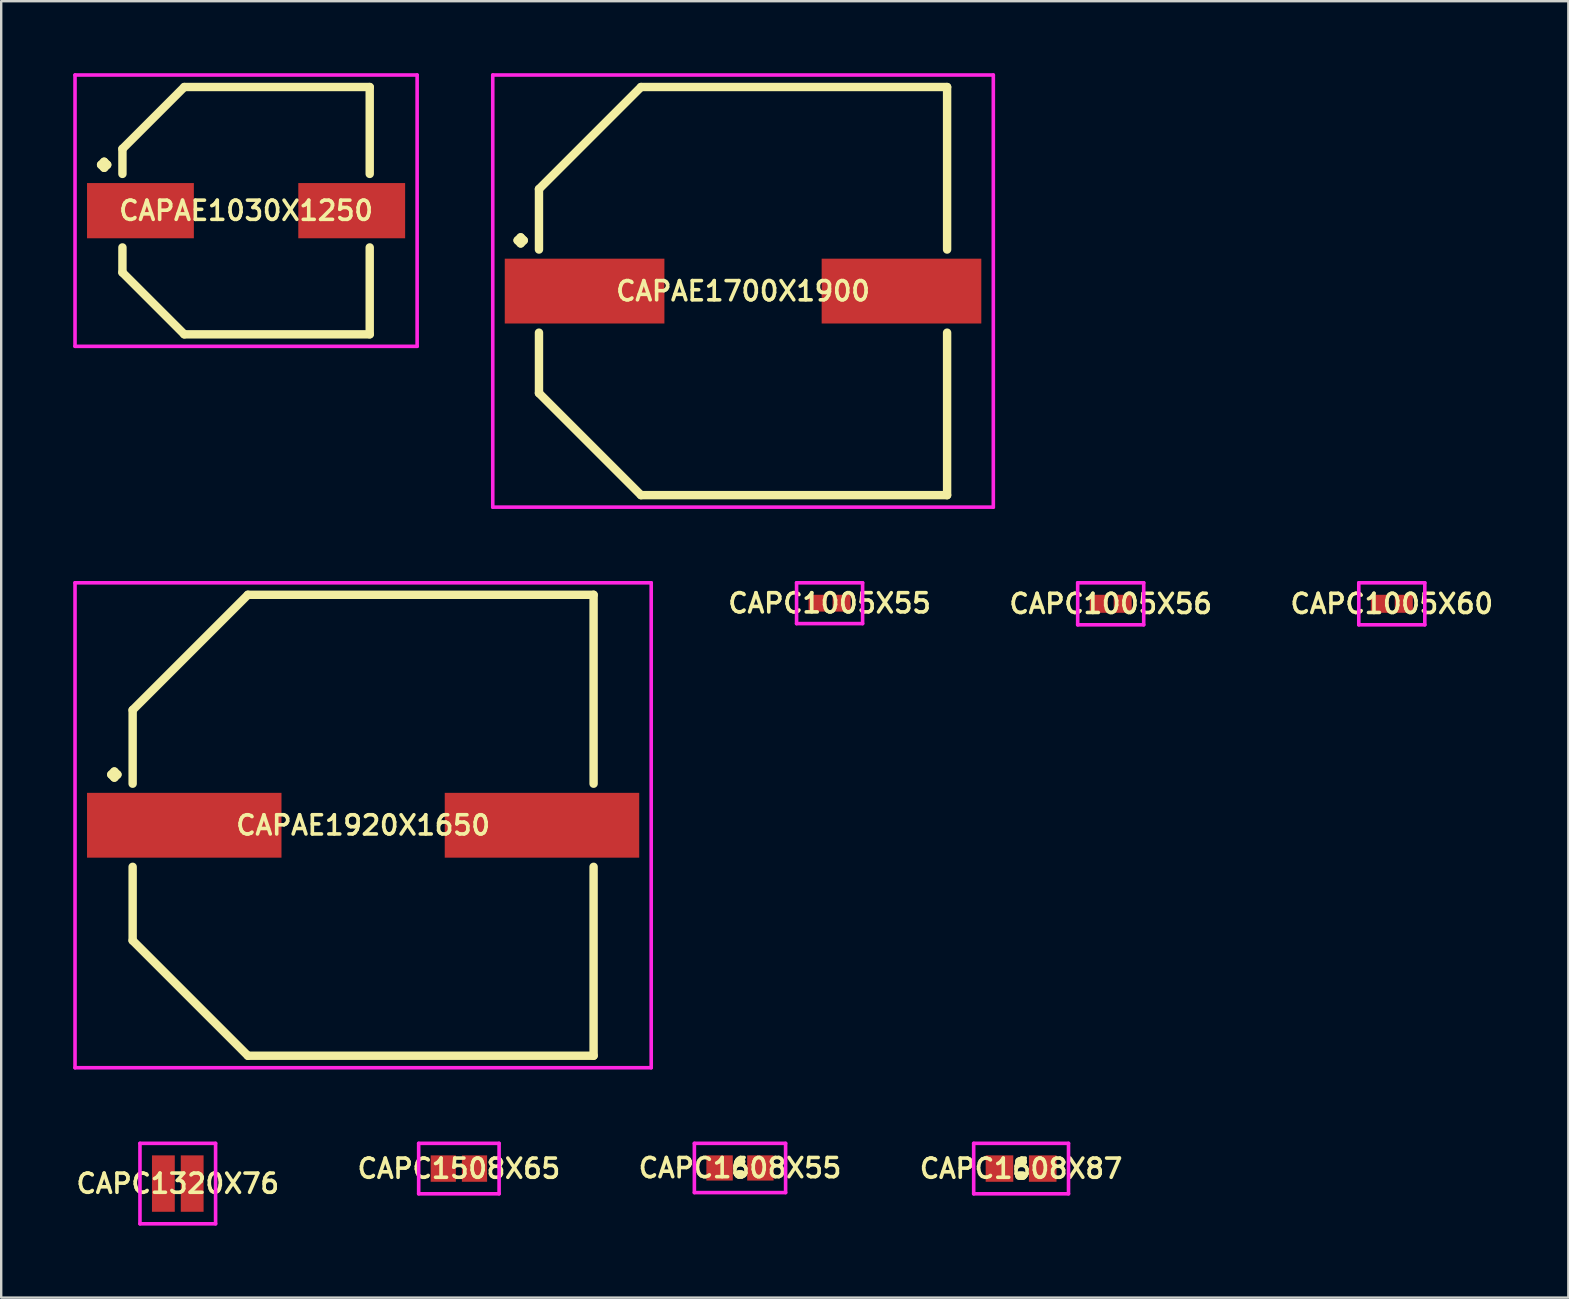
<source format=kicad_pcb>
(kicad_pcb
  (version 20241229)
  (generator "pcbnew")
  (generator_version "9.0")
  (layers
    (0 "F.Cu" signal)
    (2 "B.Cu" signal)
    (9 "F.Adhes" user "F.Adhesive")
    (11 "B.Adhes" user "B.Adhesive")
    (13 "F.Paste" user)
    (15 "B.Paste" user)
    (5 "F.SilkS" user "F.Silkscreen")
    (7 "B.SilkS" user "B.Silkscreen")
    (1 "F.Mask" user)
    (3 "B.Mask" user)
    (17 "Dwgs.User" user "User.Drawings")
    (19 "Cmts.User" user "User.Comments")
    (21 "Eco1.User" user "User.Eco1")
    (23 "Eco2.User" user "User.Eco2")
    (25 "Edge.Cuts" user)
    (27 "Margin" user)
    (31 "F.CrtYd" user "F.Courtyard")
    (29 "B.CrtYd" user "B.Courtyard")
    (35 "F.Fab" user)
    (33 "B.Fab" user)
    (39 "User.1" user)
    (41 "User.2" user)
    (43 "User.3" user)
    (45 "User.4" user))
  (footprint "CAPC1608X55"
    (layer "F.Cu")
    (at 27.773 45.6)
    (property "Reference" "CAPC1608X55" (at 0 0 0) (layer "F.SilkS") (effects (font (size 0.8 0.8) (thickness 0.15))))
    (attr smd)
    (fp_line (start -0.046 -0.271) (end 0.046 -0.271) (stroke (width 0.35) (type solid)) (layer "F.SilkS"))
    (fp_line (start -0.046 0.271) (end 0.046 0.271) (stroke (width 0.35) (type solid)) (layer "F.SilkS"))
    (fp_line (start 0.046 -0.271) (end -0.046 -0.271) (stroke (width 0.35) (type solid)) (layer "F.SilkS"))
    (fp_line (start 0.046 0.271) (end -0.046 0.271) (stroke (width 0.35) (type solid)) (layer "F.SilkS"))
    (fp_line (start -1.9 -1.025) (end 1.9 -1.025) (stroke (width 0.15) (type solid)) (layer "F.CrtYd"))
    (fp_line (start -1.9 1.025) (end -1.9 -1.025) (stroke (width 0.15) (type solid)) (layer "F.CrtYd"))
    (fp_line (start 1.9 -1.025) (end 1.9 1.025) (stroke (width 0.15) (type solid)) (layer "F.CrtYd"))
    (fp_line (start 1.9 1.025) (end -1.9 1.025) (stroke (width 0.15) (type solid)) (layer "F.CrtYd"))
    (pad "1" smd rect (at -0.85 0) (size 1.1 1.05) (layers "F.Cu" "F.Mask" "F.Paste"))
    (pad "2" smd rect (at 0.85 0) (size 1.1 1.05) (layers "F.Cu" "F.Mask" "F.Paste")))
  (footprint "CAPC1608X87"
    (layer "F.Cu")
    (at 39.482 45.625)
    (property "Reference" "CAPC1608X87" (at 0 0 0) (layer "F.SilkS") (effects (font (size 0.8 0.8) (thickness 0.15))))
    (attr through_hole)
    (fp_line (start -0.071 -0.296) (end 0.071 -0.296) (stroke (width 0.35) (type solid)) (layer "F.SilkS"))
    (fp_line (start -0.071 0.296) (end 0.071 0.296) (stroke (width 0.35) (type solid)) (layer "F.SilkS"))
    (fp_line (start 0.071 -0.296) (end -0.071 -0.296) (stroke (width 0.35) (type solid)) (layer "F.SilkS"))
    (fp_line (start 0.071 0.296) (end -0.071 0.296) (stroke (width 0.35) (type solid)) (layer "F.SilkS"))
    (fp_line (start -1.975 -1.05) (end 1.975 -1.05) (stroke (width 0.15) (type solid)) (layer "F.CrtYd"))
    (fp_line (start -1.975 1.05) (end -1.975 -1.05) (stroke (width 0.15) (type solid)) (layer "F.CrtYd"))
    (fp_line (start 1.975 -1.05) (end 1.975 1.05) (stroke (width 0.15) (type solid)) (layer "F.CrtYd"))
    (fp_line (start 1.975 1.05) (end -1.975 1.05) (stroke (width 0.15) (type solid)) (layer "F.CrtYd"))
    (pad "1" smd rect (at -0.9 0) (size 1.15 1.1) (layers "F.Cu" "F.Mask" "F.Paste"))
    (pad "2" smd rect (at 0.9 0) (size 1.15 1.1) (layers "F.Cu" "F.Mask" "F.Paste")))
  (footprint "CAPC1320X76"
    (layer "F.Cu")
    (at 4.355 46.25)
    (property "Reference" "CAPC1320X76" (at 0 0 0) (layer "F.SilkS") (effects (font (size 0.8 0.8) (thickness 0.15))))
    (attr smd)
    (fp_line (start -1.575 -1.675) (end 1.575 -1.675) (stroke (width 0.15) (type solid)) (layer "F.CrtYd"))
    (fp_line (start -1.575 1.675) (end -1.575 -1.675) (stroke (width 0.15) (type solid)) (layer "F.CrtYd"))
    (fp_line (start 1.575 -1.675) (end 1.575 1.675) (stroke (width 0.15) (type solid)) (layer "F.CrtYd"))
    (fp_line (start 1.575 1.675) (end -1.575 1.675) (stroke (width 0.15) (type solid)) (layer "F.CrtYd"))
    (pad "1" smd rect (at -0.6 0) (size 0.95 2.35) (layers "F.Cu" "F.Mask" "F.Paste"))
    (pad "2" smd rect (at 0.6 0) (size 0.95 2.35) (layers "F.Cu" "F.Mask" "F.Paste")))
  (footprint "CAPC1005X56"
    (layer "F.Cu")
    (at 43.214 22.1)
    (property "Reference" "CAPC1005X56" (at 0 0 0) (layer "F.SilkS") (effects (font (size 0.8 0.8) (thickness 0.15))))
    (attr smd)
    (fp_line (start -1.375 -0.875) (end 1.375 -0.875) (stroke (width 0.15) (type solid)) (layer "F.CrtYd"))
    (fp_line (start -1.375 0.875) (end -1.375 -0.875) (stroke (width 0.15) (type solid)) (layer "F.CrtYd"))
    (fp_line (start 1.375 -0.875) (end 1.375 0.875) (stroke (width 0.15) (type solid)) (layer "F.CrtYd"))
    (fp_line (start 1.375 0.875) (end -1.375 0.875) (stroke (width 0.15) (type solid)) (layer "F.CrtYd"))
    (pad "1" smd rect (at -0.5 0) (size 0.75 0.75) (layers "F.Cu" "F.Mask" "F.Paste"))
    (pad "2" smd rect (at 0.5 0) (size 0.75 0.75) (layers "F.Cu" "F.Mask" "F.Paste")))
  (footprint "CAPC1005X55"
    (layer "F.Cu")
    (at 31.505 22.075)
    (property "Reference" "CAPC1005X55" (at 0 0 0) (layer "F.SilkS") (effects (font (size 0.8 0.8) (thickness 0.15))))
    (attr through_hole)
    (fp_line (start -1.375 -0.85) (end 1.375 -0.85) (stroke (width 0.15) (type solid)) (layer "F.CrtYd"))
    (fp_line (start -1.375 0.85) (end -1.375 -0.85) (stroke (width 0.15) (type solid)) (layer "F.CrtYd"))
    (fp_line (start 1.375 -0.85) (end 1.375 0.85) (stroke (width 0.15) (type solid)) (layer "F.CrtYd"))
    (fp_line (start 1.375 0.85) (end -1.375 0.85) (stroke (width 0.15) (type solid)) (layer "F.CrtYd"))
    (pad "1" smd rect (at -0.5 0) (size 0.75 0.7) (layers "F.Cu" "F.Mask" "F.Paste"))
    (pad "2" smd rect (at 0.5 0) (size 0.75 0.7) (layers "F.Cu" "F.Mask" "F.Paste")))
  (footprint "CAPAE1700X1900"
    (layer "F.Cu")
    (at 27.9 9.075)
    (property "Reference" "CAPAE1700X1900" (at 0 0 0) (layer "F.SilkS") (effects (font (size 0.8 0.8) (thickness 0.15))))
    (attr smd)
    (fp_line (start -9.389 -2.112) (end -9.262 -2.239) (stroke (width 0.35) (type solid)) (layer "F.SilkS"))
    (fp_line (start -9.262 -2.239) (end -9.135 -2.112) (stroke (width 0.35) (type solid)) (layer "F.SilkS"))
    (fp_line (start -9.262 -1.985) (end -9.389 -2.112) (stroke (width 0.35) (type solid)) (layer "F.SilkS"))
    (fp_line (start -9.135 -2.112) (end -9.262 -1.985) (stroke (width 0.35) (type solid)) (layer "F.SilkS"))
    (fp_line (start -8.5 -4.25) (end -8.5 -1.731) (stroke (width 0.35) (type solid)) (layer "F.SilkS"))
    (fp_line (start -8.5 4.25) (end -8.5 1.731) (stroke (width 0.35) (type solid)) (layer "F.SilkS"))
    (fp_line (start -4.25 -8.5) (end -8.5 -4.25) (stroke (width 0.35) (type solid)) (layer "F.SilkS"))
    (fp_line (start -4.25 8.5) (end -8.5 4.25) (stroke (width 0.35) (type solid)) (layer "F.SilkS"))
    (fp_line (start 8.5 -8.5) (end -4.25 -8.5) (stroke (width 0.35) (type solid)) (layer "F.SilkS"))
    (fp_line (start 8.5 -1.731) (end 8.5 -8.5) (stroke (width 0.35) (type solid)) (layer "F.SilkS"))
    (fp_line (start 8.5 1.731) (end 8.5 8.5) (stroke (width 0.35) (type solid)) (layer "F.SilkS"))
    (fp_line (start 8.5 8.5) (end -4.25 8.5) (stroke (width 0.35) (type solid)) (layer "F.SilkS"))
    (fp_line (start -10.425 -9) (end 10.425 -9) (stroke (width 0.15) (type solid)) (layer "F.CrtYd"))
    (fp_line (start -10.425 9) (end -10.425 -9) (stroke (width 0.15) (type solid)) (layer "F.CrtYd"))
    (fp_line (start 10.425 -9) (end 10.425 9) (stroke (width 0.15) (type solid)) (layer "F.CrtYd"))
    (fp_line (start 10.425 9) (end -10.425 9) (stroke (width 0.15) (type solid)) (layer "F.CrtYd"))
    (pad "1" smd rect (at -6.6 0) (size 6.65 2.7) (layers "F.Cu" "F.Mask" "F.Paste"))
    (pad "2" smd rect (at 6.6 0) (size 6.65 2.7) (layers "F.Cu" "F.Mask" "F.Paste")))
  (footprint "CAPC1508X65"
    (layer "F.Cu")
    (at 16.064 45.625)
    (property "Reference" "CAPC1508X65" (at 0 0 0) (layer "F.SilkS") (effects (font (size 0.8 0.8) (thickness 0.15))))
    (attr smd)
    (fp_line (start -1.675 -1.05) (end 1.675 -1.05) (stroke (width 0.15) (type solid)) (layer "F.CrtYd"))
    (fp_line (start -1.675 1.05) (end -1.675 -1.05) (stroke (width 0.15) (type solid)) (layer "F.CrtYd"))
    (fp_line (start 1.675 -1.05) (end 1.675 1.05) (stroke (width 0.15) (type solid)) (layer "F.CrtYd"))
    (fp_line (start 1.675 1.05) (end -1.675 1.05) (stroke (width 0.15) (type solid)) (layer "F.CrtYd"))
    (pad "1" smd rect (at -0.65 0) (size 1.05 1.1) (layers "F.Cu" "F.Mask" "F.Paste"))
    (pad "2" smd rect (at 0.65 0) (size 1.05 1.1) (layers "F.Cu" "F.Mask" "F.Paste")))
  (footprint "CAPAE1920X1650"
    (layer "F.Cu")
    (at 12.075 31.325)
    (property "Reference" "CAPAE1920X1650" (at 0 0 0) (layer "F.SilkS") (effects (font (size 0.8 0.8) (thickness 0.15))))
    (attr through_hole)
    (fp_line (start -10.489 -2.112) (end -10.362 -2.239) (stroke (width 0.35) (type solid)) (layer "F.SilkS"))
    (fp_line (start -10.362 -2.239) (end -10.235 -2.112) (stroke (width 0.35) (type solid)) (layer "F.SilkS"))
    (fp_line (start -10.362 -1.985) (end -10.489 -2.112) (stroke (width 0.35) (type solid)) (layer "F.SilkS"))
    (fp_line (start -10.235 -2.112) (end -10.362 -1.985) (stroke (width 0.35) (type solid)) (layer "F.SilkS"))
    (fp_line (start -9.6 -4.8) (end -9.6 -1.731) (stroke (width 0.35) (type solid)) (layer "F.SilkS"))
    (fp_line (start -9.6 4.8) (end -9.6 1.731) (stroke (width 0.35) (type solid)) (layer "F.SilkS"))
    (fp_line (start -4.8 -9.6) (end -9.6 -4.8) (stroke (width 0.35) (type solid)) (layer "F.SilkS"))
    (fp_line (start -4.8 9.6) (end -9.6 4.8) (stroke (width 0.35) (type solid)) (layer "F.SilkS"))
    (fp_line (start 9.6 -9.6) (end -4.8 -9.6) (stroke (width 0.35) (type solid)) (layer "F.SilkS"))
    (fp_line (start 9.6 -1.731) (end 9.6 -9.6) (stroke (width 0.35) (type solid)) (layer "F.SilkS"))
    (fp_line (start 9.6 1.731) (end 9.6 9.6) (stroke (width 0.35) (type solid)) (layer "F.SilkS"))
    (fp_line (start 9.6 9.6) (end -4.8 9.6) (stroke (width 0.35) (type solid)) (layer "F.SilkS"))
    (fp_line (start -12 -10.1) (end 12 -10.1) (stroke (width 0.15) (type solid)) (layer "F.CrtYd"))
    (fp_line (start -12 10.1) (end -12 -10.1) (stroke (width 0.15) (type solid)) (layer "F.CrtYd"))
    (fp_line (start 12 -10.1) (end 12 10.1) (stroke (width 0.15) (type solid)) (layer "F.CrtYd"))
    (fp_line (start 12 10.1) (end -12 10.1) (stroke (width 0.15) (type solid)) (layer "F.CrtYd"))
    (pad "1" smd rect (at -7.45 0) (size 8.1 2.7) (layers "F.Cu" "F.Mask" "F.Paste"))
    (pad "2" smd rect (at 7.45 0) (size 8.1 2.7) (layers "F.Cu" "F.Mask" "F.Paste")))
  (footprint "CAPAE1030X1250"
    (layer "F.Cu")
    (at 7.2 5.725)
    (property "Reference" "CAPAE1030X1250" (at 0 0 0) (layer "F.SilkS") (effects (font (size 0.8 0.8) (thickness 0.15))))
    (attr through_hole)
    (fp_line (start -6.039 -1.912) (end -5.912 -2.039) (stroke (width 0.35) (type solid)) (layer "F.SilkS"))
    (fp_line (start -5.912 -2.039) (end -5.785 -1.912) (stroke (width 0.35) (type solid)) (layer "F.SilkS"))
    (fp_line (start -5.912 -1.785) (end -6.039 -1.912) (stroke (width 0.35) (type solid)) (layer "F.SilkS"))
    (fp_line (start -5.785 -1.912) (end -5.912 -1.785) (stroke (width 0.35) (type solid)) (layer "F.SilkS"))
    (fp_line (start -5.15 -2.575) (end -5.15 -1.531) (stroke (width 0.35) (type solid)) (layer "F.SilkS"))
    (fp_line (start -5.15 2.575) (end -5.15 1.531) (stroke (width 0.35) (type solid)) (layer "F.SilkS"))
    (fp_line (start -2.575 -5.15) (end -5.15 -2.575) (stroke (width 0.35) (type solid)) (layer "F.SilkS"))
    (fp_line (start -2.575 5.15) (end -5.15 2.575) (stroke (width 0.35) (type solid)) (layer "F.SilkS"))
    (fp_line (start 5.15 -5.15) (end -2.575 -5.15) (stroke (width 0.35) (type solid)) (layer "F.SilkS"))
    (fp_line (start 5.15 -1.531) (end 5.15 -5.15) (stroke (width 0.35) (type solid)) (layer "F.SilkS"))
    (fp_line (start 5.15 1.531) (end 5.15 5.15) (stroke (width 0.35) (type solid)) (layer "F.SilkS"))
    (fp_line (start 5.15 5.15) (end -2.575 5.15) (stroke (width 0.35) (type solid)) (layer "F.SilkS"))
    (fp_line (start -7.125 -5.65) (end 7.125 -5.65) (stroke (width 0.15) (type solid)) (layer "F.CrtYd"))
    (fp_line (start -7.125 5.65) (end -7.125 -5.65) (stroke (width 0.15) (type solid)) (layer "F.CrtYd"))
    (fp_line (start 7.125 -5.65) (end 7.125 5.65) (stroke (width 0.15) (type solid)) (layer "F.CrtYd"))
    (fp_line (start 7.125 5.65) (end -7.125 5.65) (stroke (width 0.15) (type solid)) (layer "F.CrtYd"))
    (pad "1" smd rect (at -4.4 0) (size 4.45 2.3) (layers "F.Cu" "F.Mask" "F.Paste"))
    (pad "2" smd rect (at 4.4 0) (size 4.45 2.3) (layers "F.Cu" "F.Mask" "F.Paste")))
  (footprint "CAPC1005X60"
    (layer "F.Cu")
    (at 54.923 22.1)
    (property "Reference" "CAPC1005X60" (at 0 0 0) (layer "F.SilkS") (effects (font (size 0.8 0.8) (thickness 0.15))))
    (attr smd)
    (fp_line (start -1.375 -0.875) (end 1.375 -0.875) (stroke (width 0.15) (type solid)) (layer "F.CrtYd"))
    (fp_line (start -1.375 0.875) (end -1.375 -0.875) (stroke (width 0.15) (type solid)) (layer "F.CrtYd"))
    (fp_line (start 1.375 -0.875) (end 1.375 0.875) (stroke (width 0.15) (type solid)) (layer "F.CrtYd"))
    (fp_line (start 1.375 0.875) (end -1.375 0.875) (stroke (width 0.15) (type solid)) (layer "F.CrtYd"))
    (pad "1" smd rect (at -0.5 0) (size 0.75 0.75) (layers "F.Cu" "F.Mask" "F.Paste"))
    (pad "2" smd rect (at 0.5 0) (size 0.75 0.75) (layers "F.Cu" "F.Mask" "F.Paste")))
  (gr_rect
    (start -3 -3)
    (end 62.277 51)
    (stroke (width 0.1) (type default))
    (fill no)
    (layer "Edge.Cuts")))
</source>
